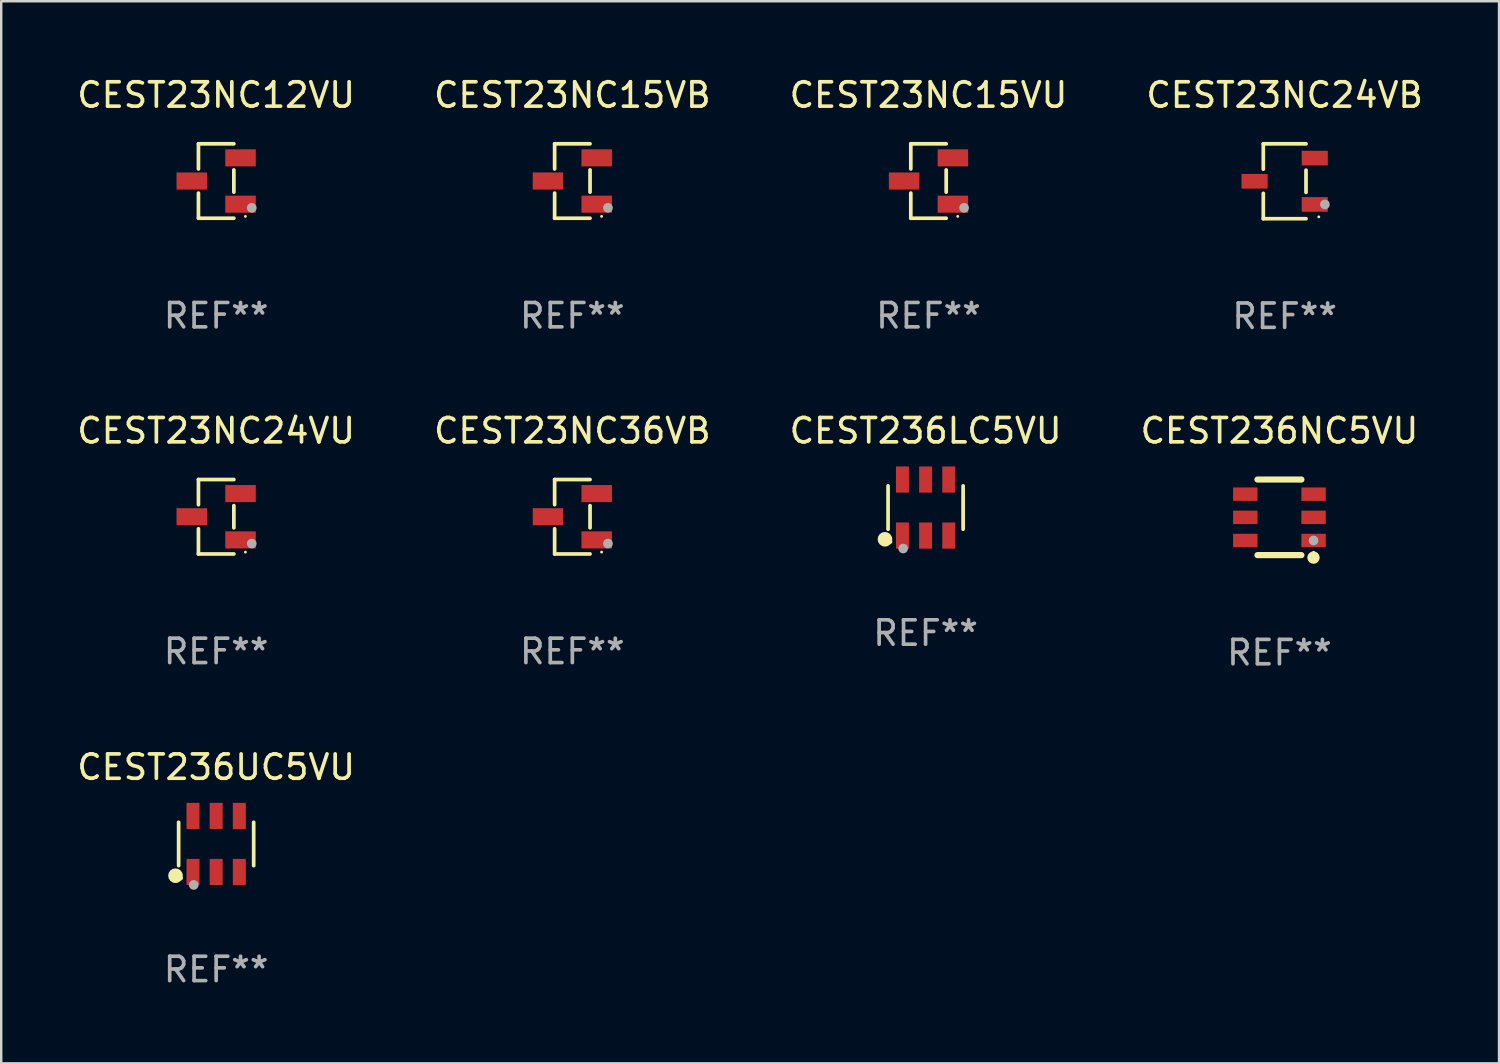
<source format=kicad_pcb>
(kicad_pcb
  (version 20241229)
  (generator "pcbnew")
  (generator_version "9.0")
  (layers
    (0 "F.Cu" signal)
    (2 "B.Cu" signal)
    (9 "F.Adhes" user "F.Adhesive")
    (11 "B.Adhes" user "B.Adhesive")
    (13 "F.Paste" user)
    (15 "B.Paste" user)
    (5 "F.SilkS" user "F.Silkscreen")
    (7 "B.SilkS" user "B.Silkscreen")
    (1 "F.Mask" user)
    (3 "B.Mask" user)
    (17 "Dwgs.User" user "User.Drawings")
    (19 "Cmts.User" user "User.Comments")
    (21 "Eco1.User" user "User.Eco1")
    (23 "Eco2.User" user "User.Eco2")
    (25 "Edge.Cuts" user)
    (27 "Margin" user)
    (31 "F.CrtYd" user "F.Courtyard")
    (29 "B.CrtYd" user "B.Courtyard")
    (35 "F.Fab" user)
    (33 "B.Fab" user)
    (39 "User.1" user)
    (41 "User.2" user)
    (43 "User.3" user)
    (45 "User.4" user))
  (footprint "CEST23NC36VB"
    (layer "F.Cu")
    (at 20.423 18.143)
    (property "Reference" "CEST23NC36VB" (at 0 -3.526 0) (layer "F.SilkS") (effects (font (size 1 1) (thickness 0.15))))
    (attr through_hole)
    (fp_line (start -0.726 -1.526) (end -0.726 -0.495) (stroke (width 0.152) (type solid)) (layer "F.SilkS"))
    (fp_line (start -0.726 1.526) (end -0.726 0.495) (stroke (width 0.152) (type solid)) (layer "F.SilkS"))
    (fp_line (start 0.726 -1.526) (end -0.726 -1.526) (stroke (width 0.152) (type solid)) (layer "F.SilkS"))
    (fp_line (start 0.726 -0.455) (end 0.726 0.455) (stroke (width 0.152) (type solid)) (layer "F.SilkS"))
    (fp_line (start 0.726 1.526) (end -0.726 1.526) (stroke (width 0.152) (type solid)) (layer "F.SilkS"))
    (fp_circle (center 1.2 1.45) (end 1.23 1.45) (stroke (width 0.06) (type solid)) (fill no) (layer "F.SilkS"))
    (fp_circle (center 1.46 1.1) (end 1.56 1.1) (stroke (width 0.2) (type solid)) (fill no) (layer "F.Fab"))
    (fp_text user "REF**" (at 0 5.526 0) (layer "F.Fab") (effects (font (size 1 1) (thickness 0.15))))
    (pad "1" smd rect (at 1 0.95) (size 1.25 0.7) (layers "F.Cu" "F.Mask" "F.Paste"))
    (pad "2" smd rect (at 1 -0.95) (size 1.25 0.7) (layers "F.Cu" "F.Mask" "F.Paste"))
    (pad "3" smd rect (at -1 0) (size 1.25 0.7) (layers "F.Cu" "F.Mask" "F.Paste")))
  (footprint "CEST236UC5VU"
    (layer "F.Cu")
    (at 5.815 31.563)
    (property "Reference" "CEST236UC5VU" (at 0 -3.149 0) (layer "F.SilkS") (effects (font (size 1 1) (thickness 0.15))))
    (attr through_hole)
    (fp_line (start -1.539 0.889) (end -1.539 -0.889) (stroke (width 0.152) (type solid)) (layer "F.SilkS"))
    (fp_line (start 1.539 0.889) (end 1.539 -0.889) (stroke (width 0.152) (type solid)) (layer "F.SilkS"))
    (fp_circle (center -1.668 1.301) (end -1.518 1.301) (stroke (width 0.3) (type solid)) (fill no) (layer "F.SilkS"))
    (fp_circle (center -1.463 1.4) (end -1.413 1.4) (stroke (width 0.1) (type solid)) (fill no) (layer "F.SilkS"))
    (fp_circle (center -0.92 1.68) (end -0.82 1.68) (stroke (width 0.2) (type solid)) (fill no) (layer "F.Fab"))
    (fp_text user "REF**" (at 0 5.149 0) (layer "F.Fab") (effects (font (size 1 1) (thickness 0.15))))
    (pad "1" smd rect (at -0.95 1.149) (size 0.532 1.072) (layers "F.Cu" "F.Mask" "F.Paste"))
    (pad "2" smd rect (at 0 1.149) (size 0.532 1.072) (layers "F.Cu" "F.Mask" "F.Paste"))
    (pad "3" smd rect (at 0.95 1.149) (size 0.532 1.072) (layers "F.Cu" "F.Mask" "F.Paste"))
    (pad "4" smd rect (at 0.95 -1.149) (size 0.532 1.072) (layers "F.Cu" "F.Mask" "F.Paste"))
    (pad "5" smd rect (at 0 -1.149) (size 0.532 1.072) (layers "F.Cu" "F.Mask" "F.Paste"))
    (pad "6" smd rect (at -0.95 -1.149) (size 0.532 1.072) (layers "F.Cu" "F.Mask" "F.Paste")))
  (footprint "CEST23NC15VU"
    (layer "F.Cu")
    (at 35.03 4.374)
    (property "Reference" "CEST23NC15VU" (at 0 -3.526 0) (layer "F.SilkS") (effects (font (size 1 1) (thickness 0.15))))
    (attr through_hole)
    (fp_line (start -0.726 -1.526) (end -0.726 -0.495) (stroke (width 0.152) (type solid)) (layer "F.SilkS"))
    (fp_line (start -0.726 1.526) (end -0.726 0.495) (stroke (width 0.152) (type solid)) (layer "F.SilkS"))
    (fp_line (start 0.726 -1.526) (end -0.726 -1.526) (stroke (width 0.152) (type solid)) (layer "F.SilkS"))
    (fp_line (start 0.726 -0.455) (end 0.726 0.455) (stroke (width 0.152) (type solid)) (layer "F.SilkS"))
    (fp_line (start 0.726 1.526) (end -0.726 1.526) (stroke (width 0.152) (type solid)) (layer "F.SilkS"))
    (fp_circle (center 1.2 1.45) (end 1.23 1.45) (stroke (width 0.06) (type solid)) (fill no) (layer "F.SilkS"))
    (fp_circle (center 1.46 1.1) (end 1.56 1.1) (stroke (width 0.2) (type solid)) (fill no) (layer "F.Fab"))
    (fp_text user "REF**" (at 0 5.526 0) (layer "F.Fab") (effects (font (size 1 1) (thickness 0.15))))
    (pad "1" smd rect (at 1 0.95) (size 1.25 0.7) (layers "F.Cu" "F.Mask" "F.Paste"))
    (pad "2" smd rect (at 1 -0.95) (size 1.25 0.7) (layers "F.Cu" "F.Mask" "F.Paste"))
    (pad "3" smd rect (at -1 0) (size 1.25 0.7) (layers "F.Cu" "F.Mask" "F.Paste")))
  (footprint "CEST23NC12VU"
    (layer "F.Cu")
    (at 5.815 4.374)
    (property "Reference" "CEST23NC12VU" (at 0 -3.526 0) (layer "F.SilkS") (effects (font (size 1 1) (thickness 0.15))))
    (attr through_hole)
    (fp_line (start -0.726 -1.526) (end -0.726 -0.495) (stroke (width 0.152) (type solid)) (layer "F.SilkS"))
    (fp_line (start -0.726 1.526) (end -0.726 0.495) (stroke (width 0.152) (type solid)) (layer "F.SilkS"))
    (fp_line (start 0.726 -1.526) (end -0.726 -1.526) (stroke (width 0.152) (type solid)) (layer "F.SilkS"))
    (fp_line (start 0.726 -0.455) (end 0.726 0.455) (stroke (width 0.152) (type solid)) (layer "F.SilkS"))
    (fp_line (start 0.726 1.526) (end -0.726 1.526) (stroke (width 0.152) (type solid)) (layer "F.SilkS"))
    (fp_circle (center 1.2 1.45) (end 1.23 1.45) (stroke (width 0.06) (type solid)) (fill no) (layer "F.SilkS"))
    (fp_circle (center 1.46 1.1) (end 1.56 1.1) (stroke (width 0.2) (type solid)) (fill no) (layer "F.Fab"))
    (fp_text user "REF**" (at 0 5.526 0) (layer "F.Fab") (effects (font (size 1 1) (thickness 0.15))))
    (pad "1" smd rect (at 1 0.95) (size 1.25 0.7) (layers "F.Cu" "F.Mask" "F.Paste"))
    (pad "2" smd rect (at 1 -0.95) (size 1.25 0.7) (layers "F.Cu" "F.Mask" "F.Paste"))
    (pad "3" smd rect (at -1 0) (size 1.25 0.7) (layers "F.Cu" "F.Mask" "F.Paste")))
  (footprint "CEST236LC5VU"
    (layer "F.Cu")
    (at 34.911 17.766)
    (property "Reference" "CEST236LC5VU" (at 0 -3.149 0) (layer "F.SilkS") (effects (font (size 1 1) (thickness 0.15))))
    (attr through_hole)
    (fp_line (start -1.539 0.889) (end -1.539 -0.889) (stroke (width 0.152) (type solid)) (layer "F.SilkS"))
    (fp_line (start 1.539 0.889) (end 1.539 -0.889) (stroke (width 0.152) (type solid)) (layer "F.SilkS"))
    (fp_circle (center -1.668 1.301) (end -1.518 1.301) (stroke (width 0.3) (type solid)) (fill no) (layer "F.SilkS"))
    (fp_circle (center -1.463 1.4) (end -1.413 1.4) (stroke (width 0.1) (type solid)) (fill no) (layer "F.SilkS"))
    (fp_circle (center -0.92 1.68) (end -0.82 1.68) (stroke (width 0.2) (type solid)) (fill no) (layer "F.Fab"))
    (fp_text user "REF**" (at 0 5.149 0) (layer "F.Fab") (effects (font (size 1 1) (thickness 0.15))))
    (pad "1" smd rect (at -0.95 1.149) (size 0.532 1.072) (layers "F.Cu" "F.Mask" "F.Paste"))
    (pad "2" smd rect (at 0 1.149) (size 0.532 1.072) (layers "F.Cu" "F.Mask" "F.Paste"))
    (pad "3" smd rect (at 0.95 1.149) (size 0.532 1.072) (layers "F.Cu" "F.Mask" "F.Paste"))
    (pad "4" smd rect (at 0.95 -1.149) (size 0.532 1.072) (layers "F.Cu" "F.Mask" "F.Paste"))
    (pad "5" smd rect (at 0 -1.149) (size 0.532 1.072) (layers "F.Cu" "F.Mask" "F.Paste"))
    (pad "6" smd rect (at -0.95 -1.149) (size 0.532 1.072) (layers "F.Cu" "F.Mask" "F.Paste")))
  (footprint "CEST23NC24VU"
    (layer "F.Cu")
    (at 5.815 18.143)
    (property "Reference" "CEST23NC24VU" (at 0 -3.526 0) (layer "F.SilkS") (effects (font (size 1 1) (thickness 0.15))))
    (attr through_hole)
    (fp_line (start -0.726 -1.526) (end -0.726 -0.495) (stroke (width 0.152) (type solid)) (layer "F.SilkS"))
    (fp_line (start -0.726 1.526) (end -0.726 0.495) (stroke (width 0.152) (type solid)) (layer "F.SilkS"))
    (fp_line (start 0.726 -1.526) (end -0.726 -1.526) (stroke (width 0.152) (type solid)) (layer "F.SilkS"))
    (fp_line (start 0.726 -0.455) (end 0.726 0.455) (stroke (width 0.152) (type solid)) (layer "F.SilkS"))
    (fp_line (start 0.726 1.526) (end -0.726 1.526) (stroke (width 0.152) (type solid)) (layer "F.SilkS"))
    (fp_circle (center 1.2 1.45) (end 1.23 1.45) (stroke (width 0.06) (type solid)) (fill no) (layer "F.SilkS"))
    (fp_circle (center 1.46 1.1) (end 1.56 1.1) (stroke (width 0.2) (type solid)) (fill no) (layer "F.Fab"))
    (fp_text user "REF**" (at 0 5.526 0) (layer "F.Fab") (effects (font (size 1 1) (thickness 0.15))))
    (pad "1" smd rect (at 1 0.95) (size 1.25 0.7) (layers "F.Cu" "F.Mask" "F.Paste"))
    (pad "2" smd rect (at 1 -0.95) (size 1.25 0.7) (layers "F.Cu" "F.Mask" "F.Paste"))
    (pad "3" smd rect (at -1 0) (size 1.25 0.7) (layers "F.Cu" "F.Mask" "F.Paste")))
  (footprint "CEST236NC5VU"
    (layer "F.Cu")
    (at 49.423 18.167)
    (property "Reference" "CEST236NC5VU" (at 0 -3.55 0) (layer "F.SilkS") (effects (font (size 1 1) (thickness 0.15))))
    (attr through_hole)
    (fp_line (start -0.9 -1.55) (end 0.9 -1.55) (stroke (width 0.254) (type solid)) (layer "F.SilkS"))
    (fp_line (start -0.9 1.55) (end 0.9 1.55) (stroke (width 0.254) (type solid)) (layer "F.SilkS"))
    (fp_circle (center 1.397 1.651) (end 1.524 1.651) (stroke (width 0.254) (type solid)) (fill no) (layer "F.SilkS"))
    (fp_circle (center 1.4 1.435) (end 1.43 1.435) (stroke (width 0.06) (type solid)) (fill no) (layer "F.SilkS"))
    (fp_circle (center 1.4 0.95) (end 1.5 0.95) (stroke (width 0.2) (type solid)) (fill no) (layer "F.Fab"))
    (fp_text user "REF**" (at 0 5.55 0) (layer "F.Fab") (effects (font (size 1 1) (thickness 0.15))))
    (pad "1" smd rect (at 1.4 0.95) (size 1 0.55) (layers "F.Cu" "F.Mask" "F.Paste"))
    (pad "2" smd rect (at 1.4 -0.000102) (size 1 0.55) (layers "F.Cu" "F.Mask" "F.Paste"))
    (pad "3" smd rect (at 1.4 -0.95) (size 1 0.55) (layers "F.Cu" "F.Mask" "F.Paste"))
    (pad "4" smd rect (at -1.4 -0.95) (size 1 0.55) (layers "F.Cu" "F.Mask" "F.Paste"))
    (pad "5" smd rect (at -1.4 -0.000102) (size 1 0.55) (layers "F.Cu" "F.Mask" "F.Paste"))
    (pad "6" smd rect (at -1.4 0.95) (size 1 0.55) (layers "F.Cu" "F.Mask" "F.Paste")))
  (footprint "CEST23NC24VB"
    (layer "F.Cu")
    (at 49.637 4.384)
    (property "Reference" "CEST23NC24VB" (at 0 -3.536 0) (layer "F.SilkS") (effects (font (size 1 1) (thickness 0.15))))
    (attr through_hole)
    (fp_line (start -0.876 -1.536) (end -0.876 -0.495) (stroke (width 0.152) (type solid)) (layer "F.SilkS"))
    (fp_line (start -0.876 1.536) (end -0.876 0.495) (stroke (width 0.152) (type solid)) (layer "F.SilkS"))
    (fp_line (start 0.876 -1.536) (end -0.876 -1.536) (stroke (width 0.152) (type solid)) (layer "F.SilkS"))
    (fp_line (start 0.876 -0.455) (end 0.876 0.455) (stroke (width 0.152) (type solid)) (layer "F.SilkS"))
    (fp_line (start 0.876 1.536) (end -0.876 1.536) (stroke (width 0.152) (type solid)) (layer "F.SilkS"))
    (fp_circle (center 1.4 1.46) (end 1.43 1.46) (stroke (width 0.06) (type solid)) (fill no) (layer "F.SilkS"))
    (fp_circle (center 1.651 0.95) (end 1.751 0.95) (stroke (width 0.2) (type solid)) (fill no) (layer "F.Fab"))
    (fp_text user "REF**" (at 0 5.536 0) (layer "F.Fab") (effects (font (size 1 1) (thickness 0.15))))
    (pad "1" smd rect (at 1.235 0.95) (size 1.07 0.6) (layers "F.Cu" "F.Mask" "F.Paste"))
    (pad "2" smd rect (at 1.235 -0.95) (size 1.07 0.6) (layers "F.Cu" "F.Mask" "F.Paste"))
    (pad "3" smd rect (at -1.235 0) (size 1.07 0.6) (layers "F.Cu" "F.Mask" "F.Paste")))
  (footprint "CEST23NC15VB"
    (layer "F.Cu")
    (at 20.423 4.374)
    (property "Reference" "CEST23NC15VB" (at 0 -3.526 0) (layer "F.SilkS") (effects (font (size 1 1) (thickness 0.15))))
    (attr through_hole)
    (fp_line (start -0.726 -1.526) (end -0.726 -0.495) (stroke (width 0.152) (type solid)) (layer "F.SilkS"))
    (fp_line (start -0.726 1.526) (end -0.726 0.495) (stroke (width 0.152) (type solid)) (layer "F.SilkS"))
    (fp_line (start 0.726 -1.526) (end -0.726 -1.526) (stroke (width 0.152) (type solid)) (layer "F.SilkS"))
    (fp_line (start 0.726 -0.455) (end 0.726 0.455) (stroke (width 0.152) (type solid)) (layer "F.SilkS"))
    (fp_line (start 0.726 1.526) (end -0.726 1.526) (stroke (width 0.152) (type solid)) (layer "F.SilkS"))
    (fp_circle (center 1.2 1.45) (end 1.23 1.45) (stroke (width 0.06) (type solid)) (fill no) (layer "F.SilkS"))
    (fp_circle (center 1.46 1.1) (end 1.56 1.1) (stroke (width 0.2) (type solid)) (fill no) (layer "F.Fab"))
    (fp_text user "REF**" (at 0 5.526 0) (layer "F.Fab") (effects (font (size 1 1) (thickness 0.15))))
    (pad "1" smd rect (at 1 0.95) (size 1.25 0.7) (layers "F.Cu" "F.Mask" "F.Paste"))
    (pad "2" smd rect (at 1 -0.95) (size 1.25 0.7) (layers "F.Cu" "F.Mask" "F.Paste"))
    (pad "3" smd rect (at -1 0) (size 1.25 0.7) (layers "F.Cu" "F.Mask" "F.Paste")))
  (gr_rect
    (start -3 -3)
    (end 58.429 40.56)
    (stroke (width 0.1) (type default))
    (fill no)
    (layer "Edge.Cuts")))
</source>
